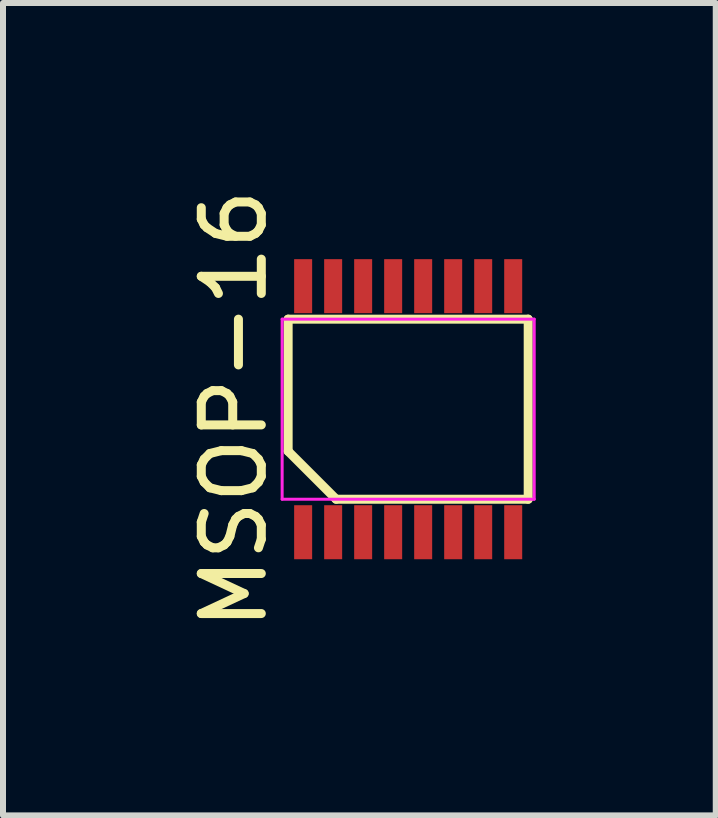
<source format=kicad_pcb>
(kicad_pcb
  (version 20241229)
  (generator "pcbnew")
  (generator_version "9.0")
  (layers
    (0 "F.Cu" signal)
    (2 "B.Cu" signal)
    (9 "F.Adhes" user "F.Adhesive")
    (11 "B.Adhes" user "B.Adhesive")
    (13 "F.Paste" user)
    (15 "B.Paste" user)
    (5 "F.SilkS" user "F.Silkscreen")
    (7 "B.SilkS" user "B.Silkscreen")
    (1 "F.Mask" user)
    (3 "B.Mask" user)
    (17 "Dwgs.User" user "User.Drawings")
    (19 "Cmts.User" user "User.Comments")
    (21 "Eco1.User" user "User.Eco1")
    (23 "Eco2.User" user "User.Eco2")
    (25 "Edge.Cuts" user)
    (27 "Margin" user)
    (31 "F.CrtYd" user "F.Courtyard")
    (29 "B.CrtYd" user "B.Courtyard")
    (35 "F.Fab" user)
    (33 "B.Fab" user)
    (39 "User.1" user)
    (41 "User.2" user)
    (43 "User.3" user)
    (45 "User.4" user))
  (footprint "MSOP-16"
    (layer "F.Cu")
    (at 3.751 3.768)
    (property "Reference" "MSOP-16" (at -2.902 0 90) (layer "F.SilkS") (effects (font (size 1 1) (thickness 0.15))))
    (attr smd)
    (fp_line (start -2 0.7) (end -2 -1.5) (stroke (width 0.15) (type solid)) (layer "F.SilkS"))
    (fp_line (start -1.2 1.5) (end -2 0.7) (stroke (width 0.15) (type solid)) (layer "F.SilkS"))
    (fp_line (start -1.2 1.5) (end 2 1.5) (stroke (width 0.15) (type solid)) (layer "F.SilkS"))
    (fp_line (start 2 -1.5) (end -2 -1.5) (stroke (width 0.15) (type solid)) (layer "F.SilkS"))
    (fp_line (start 2 1.5) (end 2 -1.5) (stroke (width 0.15) (type solid)) (layer "F.SilkS"))
    (fp_line (start -2.1 -1.5) (end 2.1 -1.5) (stroke (width 0.05) (type solid)) (layer "F.CrtYd"))
    (fp_line (start -2.1 1.5) (end -2.1 -1.5) (stroke (width 0.05) (type solid)) (layer "F.CrtYd"))
    (fp_line (start 2.1 -1.5) (end 2.1 1.5) (stroke (width 0.05) (type solid)) (layer "F.CrtYd"))
    (fp_line (start 2.1 1.5) (end -2.1 1.5) (stroke (width 0.05) (type solid)) (layer "F.CrtYd"))
    (pad "1" smd rect (at -1.75 2.05) (size 0.3 0.9) (layers "F.Cu" "F.Mask" "F.Paste"))
    (pad "2" smd rect (at -1.25 2.05) (size 0.3 0.9) (layers "F.Cu" "F.Mask" "F.Paste"))
    (pad "3" smd rect (at -0.75 2.05) (size 0.3 0.9) (layers "F.Cu" "F.Mask" "F.Paste"))
    (pad "4" smd rect (at -0.25 2.05) (size 0.3 0.9) (layers "F.Cu" "F.Mask" "F.Paste"))
    (pad "5" smd rect (at 0.25 2.05) (size 0.3 0.9) (layers "F.Cu" "F.Mask" "F.Paste"))
    (pad "6" smd rect (at 0.75 2.05) (size 0.3 0.9) (layers "F.Cu" "F.Mask" "F.Paste"))
    (pad "7" smd rect (at 1.25 2.05) (size 0.3 0.9) (layers "F.Cu" "F.Mask" "F.Paste"))
    (pad "8" smd rect (at 1.75 2.05) (size 0.3 0.9) (layers "F.Cu" "F.Mask" "F.Paste"))
    (pad "9" smd rect (at 1.75 -2.05) (size 0.3 0.9) (layers "F.Cu" "F.Mask" "F.Paste"))
    (pad "10" smd rect (at 1.25 -2.05) (size 0.3 0.9) (layers "F.Cu" "F.Mask" "F.Paste"))
    (pad "11" smd rect (at 0.75 -2.05) (size 0.3 0.9) (layers "F.Cu" "F.Mask" "F.Paste"))
    (pad "12" smd rect (at 0.25 -2.05) (size 0.3 0.9) (layers "F.Cu" "F.Mask" "F.Paste"))
    (pad "13" smd rect (at -0.25 -2.05) (size 0.3 0.9) (layers "F.Cu" "F.Mask" "F.Paste"))
    (pad "14" smd rect (at -0.75 -2.05) (size 0.3 0.9) (layers "F.Cu" "F.Mask" "F.Paste"))
    (pad "15" smd rect (at -1.25 -2.05) (size 0.3 0.9) (layers "F.Cu" "F.Mask" "F.Paste"))
    (pad "16" smd rect (at -1.75 -2.05) (size 0.3 0.9) (layers "F.Cu" "F.Mask" "F.Paste")))
  (gr_rect
    (start -3 -3)
    (end 8.876 10.536)
    (stroke (width 0.1) (type default))
    (fill no)
    (layer "Edge.Cuts")))
</source>
